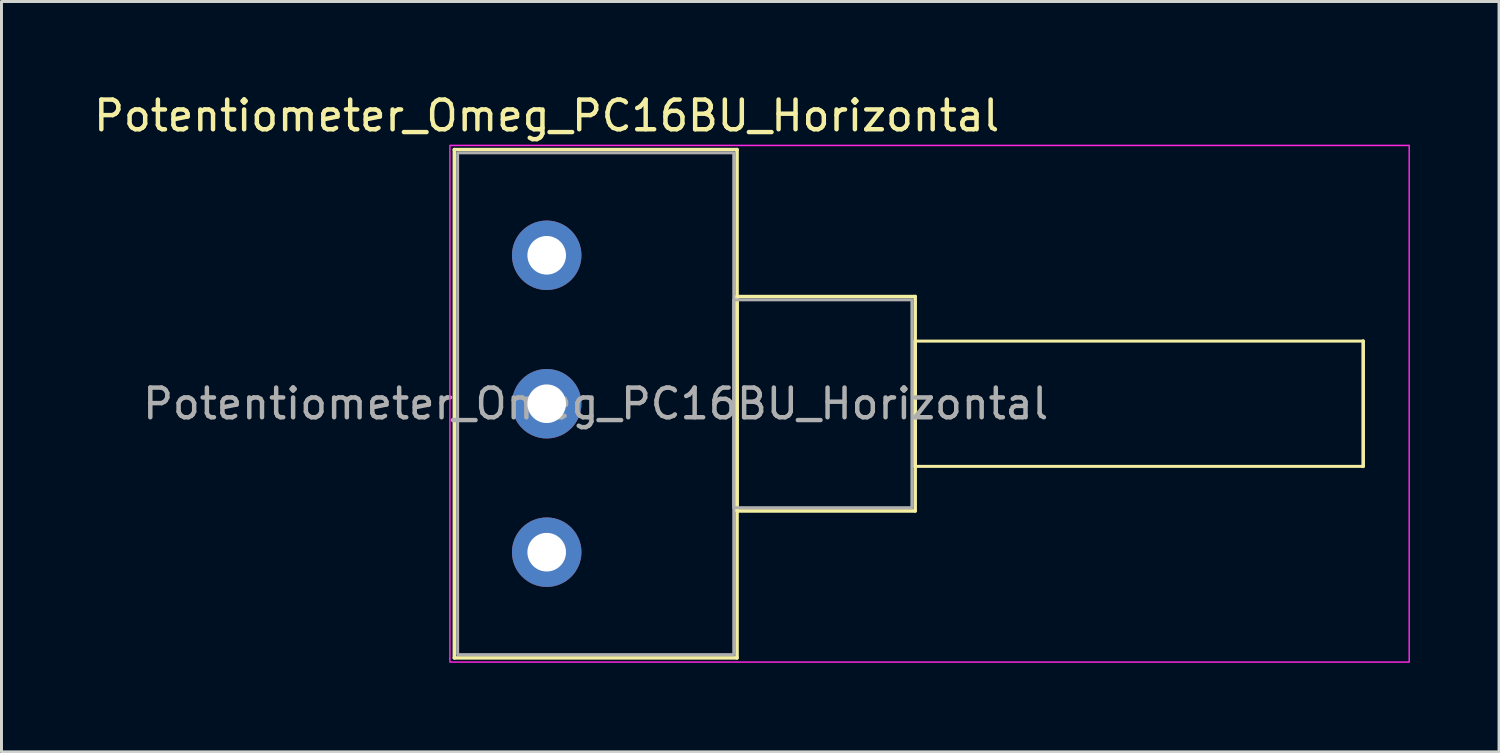
<source format=kicad_pcb>
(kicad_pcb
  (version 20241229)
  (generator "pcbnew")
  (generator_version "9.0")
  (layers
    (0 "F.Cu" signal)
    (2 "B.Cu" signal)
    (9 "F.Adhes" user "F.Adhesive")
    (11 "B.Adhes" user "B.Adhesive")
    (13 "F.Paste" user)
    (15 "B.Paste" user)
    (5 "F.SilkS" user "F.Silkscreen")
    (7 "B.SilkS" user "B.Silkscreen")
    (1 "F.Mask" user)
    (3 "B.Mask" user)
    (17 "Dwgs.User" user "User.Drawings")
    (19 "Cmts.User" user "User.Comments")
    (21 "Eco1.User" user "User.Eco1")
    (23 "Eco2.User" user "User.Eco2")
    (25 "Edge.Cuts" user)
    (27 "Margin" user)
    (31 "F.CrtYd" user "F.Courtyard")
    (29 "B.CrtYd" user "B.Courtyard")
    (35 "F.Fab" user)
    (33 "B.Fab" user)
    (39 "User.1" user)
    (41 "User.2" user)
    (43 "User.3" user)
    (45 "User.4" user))
  (footprint "Potentiometer_Omeg_PC16BU_Horizontal"
    (layer "F.Cu")
    (at 15.363 15.548)
    (property "Reference" "Potentiometer_Omeg_PC16BU_Horizontal" (at 0 -14.7 0) (layer "F.SilkS") (effects (font (size 1 1) (thickness 0.15))))
    (attr through_hole)
    (fp_line (start -3.11 -13.56) (end 6.41 -13.56) (stroke (width 0.12) (type solid)) (layer "F.SilkS"))
    (fp_line (start -3.11 3.56) (end -3.11 -13.56) (stroke (width 0.12) (type solid)) (layer "F.SilkS"))
    (fp_line (start 6.41 -13.56) (end 6.41 3.56) (stroke (width 0.12) (type solid)) (layer "F.SilkS"))
    (fp_line (start 6.41 -8.61) (end 12.41 -8.61) (stroke (width 0.12) (type solid)) (layer "F.SilkS"))
    (fp_line (start 6.41 -1.39) (end 6.41 -8.61) (stroke (width 0.12) (type solid)) (layer "F.SilkS"))
    (fp_line (start 6.41 3.56) (end -3.11 3.56) (stroke (width 0.12) (type solid)) (layer "F.SilkS"))
    (fp_line (start 12.41 -8.61) (end 12.41 -1.39) (stroke (width 0.12) (type solid)) (layer "F.SilkS"))
    (fp_line (start 12.41 -2.89) (end 12.41 -7.11) (stroke (width 0.12) (type solid)) (layer "F.SilkS"))
    (fp_line (start 12.41 -1.39) (end 6.41 -1.39) (stroke (width 0.12) (type solid)) (layer "F.SilkS"))
    (fp_line (start 27.5 -7.11) (end 12.41 -7.11) (stroke (width 0.1) (type default)) (layer "F.SilkS"))
    (fp_line (start 27.5 -7.11) (end 27.5 -2.89) (stroke (width 0.12) (type solid)) (layer "F.SilkS"))
    (fp_line (start 27.5 -2.89) (end 12.41 -2.89) (stroke (width 0.1) (type default)) (layer "F.SilkS"))
    (fp_rect (start -3.26 -13.7) (end 29.05 3.7) (stroke (width 0.05) (type solid)) (fill no) (layer "F.CrtYd"))
    (fp_rect (start -3 -13.45) (end 6.3 3.45) (stroke (width 0.1) (type solid)) (fill no) (layer "F.Fab"))
    (fp_rect (start 6.3 -8.5) (end 12.3 -1.5) (stroke (width 0.1) (type solid)) (fill no) (layer "F.Fab"))
    (fp_text user "${REFERENCE}" (at 1.65 -5 0) (layer "F.Fab") (effects (font (size 1 1) (thickness 0.15))))
    (pad "1" thru_hole circle (at 0 0) (size 2.34 2.34) (drill 1.3) (layers "*.Cu" "*.Mask"))
    (pad "2" thru_hole circle (at 0 -5) (size 2.34 2.34) (drill 1.3) (layers "*.Cu" "*.Mask"))
    (pad "3" thru_hole circle (at 0 -10) (size 2.34 2.34) (drill 1.3) (layers "*.Cu" "*.Mask")))
  (gr_rect
    (start -3 -3)
    (end 47.438 22.273)
    (stroke (width 0.1) (type default))
    (fill no)
    (layer "Edge.Cuts")))
</source>
